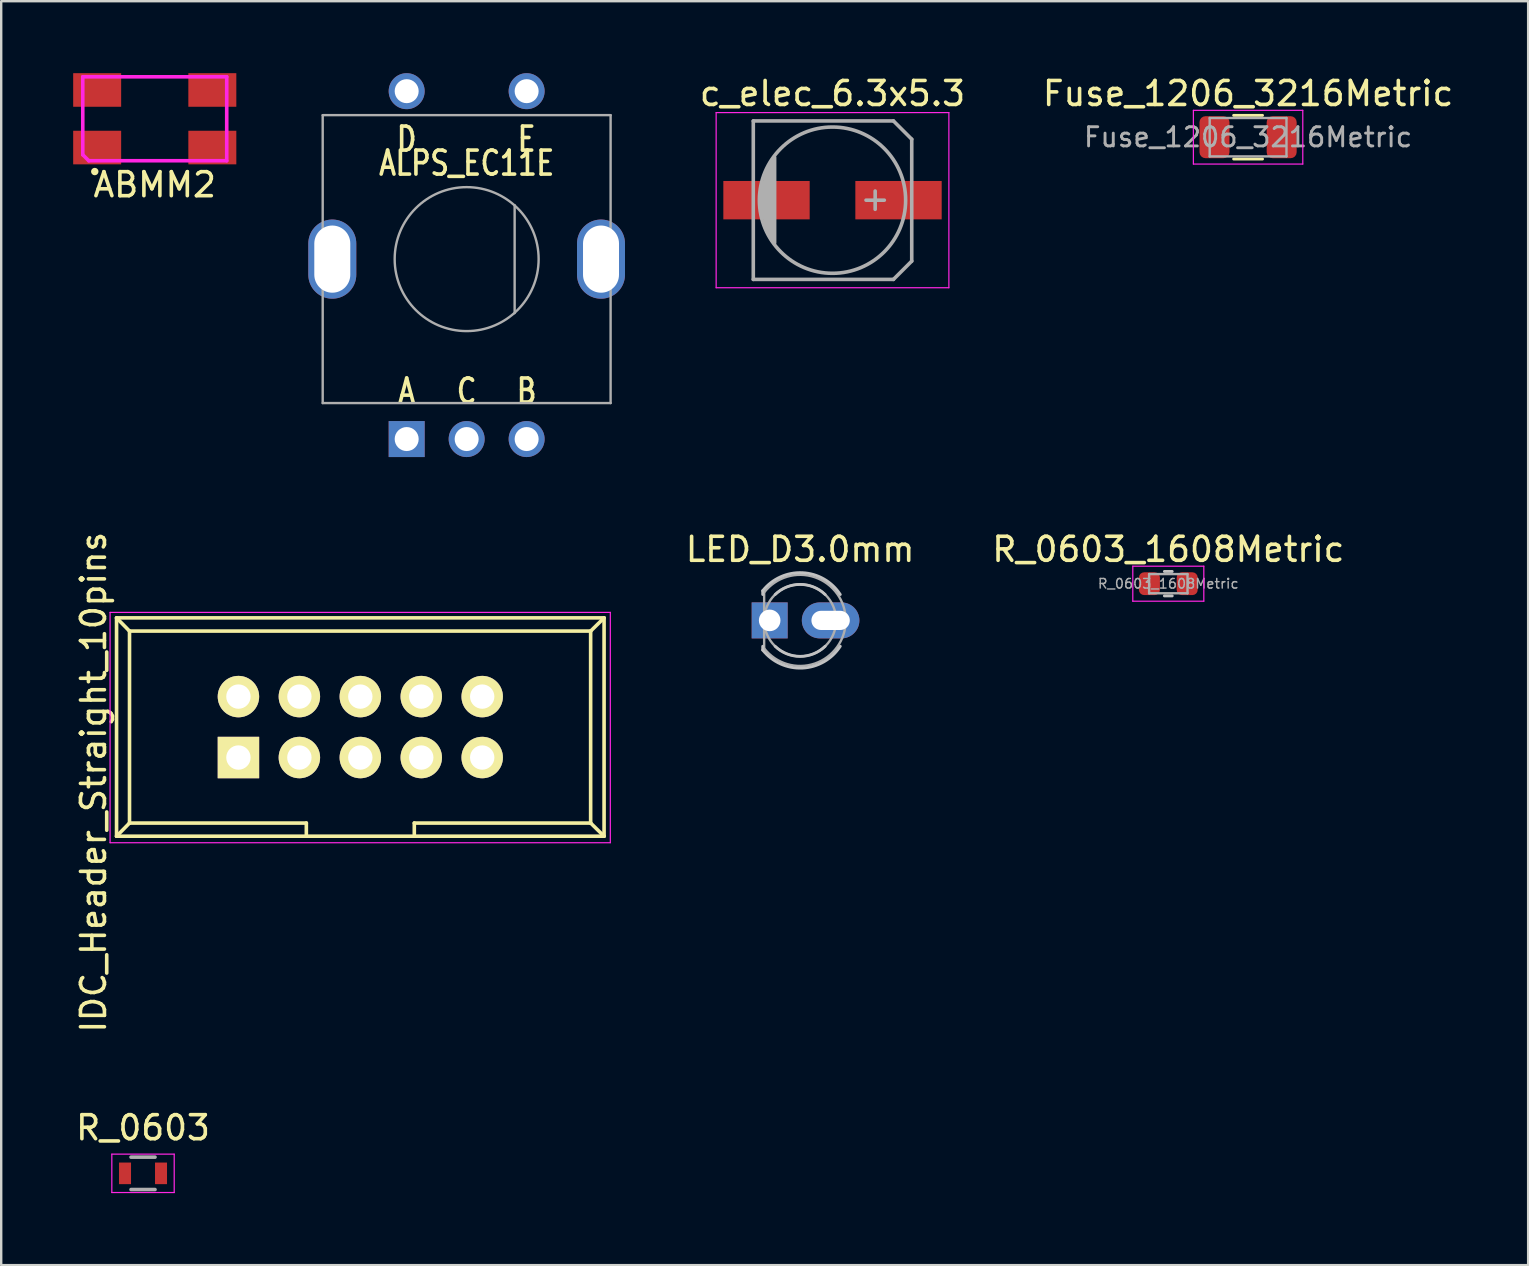
<source format=kicad_pcb>
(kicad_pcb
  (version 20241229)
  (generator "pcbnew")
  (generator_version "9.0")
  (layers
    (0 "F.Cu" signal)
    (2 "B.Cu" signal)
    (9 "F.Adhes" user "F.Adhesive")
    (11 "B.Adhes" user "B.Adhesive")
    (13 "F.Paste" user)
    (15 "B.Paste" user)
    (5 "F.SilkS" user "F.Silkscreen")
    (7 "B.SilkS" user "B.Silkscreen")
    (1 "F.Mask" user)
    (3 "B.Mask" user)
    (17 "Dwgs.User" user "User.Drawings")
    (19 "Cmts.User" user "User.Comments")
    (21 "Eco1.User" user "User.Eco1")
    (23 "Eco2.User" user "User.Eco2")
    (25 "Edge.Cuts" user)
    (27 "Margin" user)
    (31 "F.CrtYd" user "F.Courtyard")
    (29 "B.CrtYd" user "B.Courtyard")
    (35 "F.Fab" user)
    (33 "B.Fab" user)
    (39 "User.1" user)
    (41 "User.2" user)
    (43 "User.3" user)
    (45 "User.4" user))
  (footprint "ABMM2"
    (layer "F.Cu")
    (at 3.4 1.9)
    (property "Reference" "ABMM2" (at 0 2.75 0) (layer "F.SilkS") (effects (font (size 1 1) (thickness 0.15))))
    (attr through_hole)
    (fp_circle (center -2.5 2.2) (end -2.42 2.2) (stroke (width 0.15) (type solid)) (fill no) (layer "F.SilkS"))
    (fp_line (start -3 -1.75) (end -3 1.5) (stroke (width 0.15) (type solid)) (layer "F.CrtYd"))
    (fp_line (start -3 1.5) (end -2.75 1.75) (stroke (width 0.15) (type solid)) (layer "F.CrtYd"))
    (fp_line (start -2.75 1.75) (end 3 1.75) (stroke (width 0.15) (type solid)) (layer "F.CrtYd"))
    (fp_line (start 3 -1.75) (end -3 -1.75) (stroke (width 0.15) (type solid)) (layer "F.CrtYd"))
    (fp_line (start 3 1.75) (end 3 -1.75) (stroke (width 0.15) (type solid)) (layer "F.CrtYd"))
    (pad "1" smd rect (at -2.4 1.2) (size 2 1.4) (layers "F.Cu" "F.Mask" "F.Paste"))
    (pad "2" smd rect (at 2.4 1.2) (size 2 1.4) (layers "F.Cu" "F.Mask" "F.Paste"))
    (pad "3" smd rect (at 2.4 -1.2) (size 2 1.4) (layers "F.Cu" "F.Mask" "F.Paste"))
    (pad "4" smd rect (at -2.4 -1.2) (size 2 1.4) (layers "F.Cu" "F.Mask" "F.Paste")))
  (footprint "R_0603"
    (layer "F.Cu")
    (at 2.911 45.855)
    (property "Reference" "R_0603" (at 0 -1.9 0) (layer "F.SilkS") (effects (font (size 1 1) (thickness 0.15))))
    (attr smd)
    (fp_line (start -1.3 -0.8) (end -1.3 0.8) (stroke (width 0.05) (type solid)) (layer "F.CrtYd"))
    (fp_line (start -1.3 -0.8) (end 1.3 -0.8) (stroke (width 0.05) (type solid)) (layer "F.CrtYd"))
    (fp_line (start -1.3 0.8) (end 1.3 0.8) (stroke (width 0.05) (type solid)) (layer "F.CrtYd"))
    (fp_line (start 1.3 -0.8) (end 1.3 0.8) (stroke (width 0.05) (type solid)) (layer "F.CrtYd"))
    (fp_line (start -0.5 -0.675) (end 0.5 -0.675) (stroke (width 0.15) (type solid)) (layer "F.Fab"))
    (fp_line (start 0.5 0.675) (end -0.5 0.675) (stroke (width 0.15) (type solid)) (layer "F.Fab"))
    (pad "1" smd rect (at -0.75 0) (size 0.5 0.9) (layers "F.Cu" "F.Mask" "F.Paste"))
    (pad "2" smd rect (at 0.75 0) (size 0.5 0.9) (layers "F.Cu" "F.Mask" "F.Paste")))
  (footprint "IDC_Header_Straight_10pins"
    (layer "F.Cu")
    (at 6.888 28.524)
    (property "Reference" "IDC_Header_Straight_10pins" (at -6.04 1.03 270) (layer "F.SilkS") (effects (font (size 1 1) (thickness 0.15))))
    (attr through_hole)
    (fp_line (start -5.08 -5.82) (end -5.08 3.28) (stroke (width 0.15) (type solid)) (layer "F.SilkS"))
    (fp_line (start -5.08 -5.82) (end -4.54 -5.27) (stroke (width 0.15) (type solid)) (layer "F.SilkS"))
    (fp_line (start -5.08 -5.82) (end 15.24 -5.82) (stroke (width 0.15) (type solid)) (layer "F.SilkS"))
    (fp_line (start -5.08 3.28) (end -4.54 2.73) (stroke (width 0.15) (type solid)) (layer "F.SilkS"))
    (fp_line (start -5.08 3.28) (end 15.24 3.28) (stroke (width 0.15) (type solid)) (layer "F.SilkS"))
    (fp_line (start -4.54 -5.27) (end -4.54 2.73) (stroke (width 0.15) (type solid)) (layer "F.SilkS"))
    (fp_line (start -4.54 -5.27) (end 14.68 -5.27) (stroke (width 0.15) (type solid)) (layer "F.SilkS"))
    (fp_line (start -4.54 2.73) (end 2.83 2.73) (stroke (width 0.15) (type solid)) (layer "F.SilkS"))
    (fp_line (start 2.83 2.73) (end 2.83 3.28) (stroke (width 0.15) (type solid)) (layer "F.SilkS"))
    (fp_line (start 7.33 2.73) (end 7.33 3.28) (stroke (width 0.15) (type solid)) (layer "F.SilkS"))
    (fp_line (start 7.33 2.73) (end 14.68 2.73) (stroke (width 0.15) (type solid)) (layer "F.SilkS"))
    (fp_line (start 14.68 -5.27) (end 14.68 2.73) (stroke (width 0.15) (type solid)) (layer "F.SilkS"))
    (fp_line (start 15.24 -5.82) (end 14.68 -5.27) (stroke (width 0.15) (type solid)) (layer "F.SilkS"))
    (fp_line (start 15.24 -5.82) (end 15.24 3.28) (stroke (width 0.15) (type solid)) (layer "F.SilkS"))
    (fp_line (start 15.24 3.28) (end 14.68 2.73) (stroke (width 0.15) (type solid)) (layer "F.SilkS"))
    (fp_line (start -5.35 -6.05) (end 15.5 -6.05) (stroke (width 0.05) (type solid)) (layer "F.CrtYd"))
    (fp_line (start -5.35 3.55) (end -5.35 -6.05) (stroke (width 0.05) (type solid)) (layer "F.CrtYd"))
    (fp_line (start 15.5 -6.05) (end 15.5 3.55) (stroke (width 0.05) (type solid)) (layer "F.CrtYd"))
    (fp_line (start 15.5 3.55) (end -5.35 3.55) (stroke (width 0.05) (type solid)) (layer "F.CrtYd"))
    (pad "1" thru_hole rect (at 0 0) (size 1.727 1.727) (drill 1.016) (layers "*.Cu" "*.Mask" "F.SilkS"))
    (pad "2" thru_hole oval (at 0 -2.54) (size 1.727 1.727) (drill 1.016) (layers "*.Cu" "*.Mask" "F.SilkS"))
    (pad "3" thru_hole oval (at 2.54 0) (size 1.727 1.727) (drill 1.016) (layers "*.Cu" "*.Mask" "F.SilkS"))
    (pad "4" thru_hole oval (at 2.54 -2.54) (size 1.727 1.727) (drill 1.016) (layers "*.Cu" "*.Mask" "F.SilkS"))
    (pad "5" thru_hole oval (at 5.08 0) (size 1.727 1.727) (drill 1.016) (layers "*.Cu" "*.Mask" "F.SilkS"))
    (pad "6" thru_hole oval (at 5.08 -2.54) (size 1.727 1.727) (drill 1.016) (layers "*.Cu" "*.Mask" "F.SilkS"))
    (pad "7" thru_hole oval (at 7.62 0) (size 1.727 1.727) (drill 1.016) (layers "*.Cu" "*.Mask" "F.SilkS"))
    (pad "8" thru_hole oval (at 7.62 -2.54) (size 1.727 1.727) (drill 1.016) (layers "*.Cu" "*.Mask" "F.SilkS"))
    (pad "9" thru_hole oval (at 10.16 0) (size 1.727 1.727) (drill 1.016) (layers "*.Cu" "*.Mask" "F.SilkS"))
    (pad "10" thru_hole oval (at 10.16 -2.54) (size 1.727 1.727) (drill 1.016) (layers "*.Cu" "*.Mask" "F.SilkS")))
  (footprint "Fuse_1206_3216Metric"
    (layer "F.Cu")
    (at 48.97 2.668)
    (property "Reference" "Fuse_1206_3216Metric" (at 0 -1.82 0) (layer "F.SilkS") (effects (font (size 1 1) (thickness 0.15))))
    (attr smd)
    (fp_line (start -0.602 -0.91) (end 0.602 -0.91) (stroke (width 0.12) (type solid)) (layer "F.SilkS"))
    (fp_line (start -0.602 0.91) (end 0.602 0.91) (stroke (width 0.12) (type solid)) (layer "F.SilkS"))
    (fp_line (start -2.28 -1.12) (end 2.28 -1.12) (stroke (width 0.05) (type solid)) (layer "F.CrtYd"))
    (fp_line (start -2.28 1.12) (end -2.28 -1.12) (stroke (width 0.05) (type solid)) (layer "F.CrtYd"))
    (fp_line (start 2.28 -1.12) (end 2.28 1.12) (stroke (width 0.05) (type solid)) (layer "F.CrtYd"))
    (fp_line (start 2.28 1.12) (end -2.28 1.12) (stroke (width 0.05) (type solid)) (layer "F.CrtYd"))
    (fp_line (start -1.6 -0.8) (end 1.6 -0.8) (stroke (width 0.1) (type solid)) (layer "F.Fab"))
    (fp_line (start -1.6 0.8) (end -1.6 -0.8) (stroke (width 0.1) (type solid)) (layer "F.Fab"))
    (fp_line (start 1.6 -0.8) (end 1.6 0.8) (stroke (width 0.1) (type solid)) (layer "F.Fab"))
    (fp_line (start 1.6 0.8) (end -1.6 0.8) (stroke (width 0.1) (type solid)) (layer "F.Fab"))
    (fp_text user "${REFERENCE}" (at 0 0 0) (layer "F.Fab") (effects (font (size 0.8 0.8) (thickness 0.12))))
    (pad "1" smd roundrect (at -1.4 0) (size 1.25 1.75) (layers "F.Cu" "F.Mask" "F.Paste") (roundrect_rratio 0.2))
    (pad "2" smd roundrect (at 1.4 0) (size 1.25 1.75) (layers "F.Cu" "F.Mask" "F.Paste") (roundrect_rratio 0.2)))
  (footprint "LED_D3.0mm"
    (layer "F.Cu")
    (at 29.03 22.808)
    (property "Reference" "LED_D3.0mm" (at 1.27 -2.96 0) (layer "F.SilkS") (effects (font (size 1 1) (thickness 0.15))))
    (attr through_hole)
    (fp_line (start -0.29 -1.236) (end -0.29 -1.08) (stroke (width 0.12) (type solid)) (layer "Dwgs.User"))
    (fp_line (start -0.29 1.08) (end -0.29 1.236) (stroke (width 0.12) (type solid)) (layer "Dwgs.User"))
    (fp_arc (start -0.29 -1.235516) (mid 1.366487 -1.987659) (end 2.942335 -1.078608) (stroke (width 0.12) (type solid)) (layer "Dwgs.User"))
    (fp_arc (start 0.229039 -1.08) (mid 1.270117 -1.5) (end 2.31113 -1.079837) (stroke (width 0.12) (type solid)) (layer "Dwgs.User"))
    (fp_arc (start 2.31113 1.079837) (mid 1.270117 1.5) (end 0.229039 1.08) (stroke (width 0.12) (type solid)) (layer "Dwgs.User"))
    (fp_arc (start 2.942335 1.078608) (mid 1.366487 1.987659) (end -0.29 1.235516) (stroke (width 0.12) (type solid)) (layer "Dwgs.User"))
    (fp_line (start -0.23 -1.166) (end -0.23 1.166) (stroke (width 0.1) (type solid)) (layer "F.Fab"))
    (fp_arc (start -0.23 -1.16619) (mid 3.17 0.000452) (end -0.230555 1.165476) (stroke (width 0.1) (type solid)) (layer "F.Fab"))
    (fp_circle (center 1.27 0) (end 2.77 0) (stroke (width 0.1) (type solid)) (fill no) (layer "F.Fab"))
    (pad "1" thru_hole rect (at 0 0) (size 1.5 1.5) (drill 0.9) (layers "*.Cu" "*.Mask"))
    (pad "2" thru_hole oval (at 2.54 0) (size 2.4 1.5) (drill oval 1.6 0.8) (layers "*.Cu" "*.Mask")))
  (footprint "R_0603_1608Metric"
    (layer "F.Cu")
    (at 45.645 21.278)
    (property "Reference" "R_0603_1608Metric" (at 0 -1.43 0) (layer "F.SilkS") (effects (font (size 1 1) (thickness 0.15))))
    (attr smd)
    (fp_line (start -0.163 -0.51) (end 0.163 -0.51) (stroke (width 0.12) (type solid)) (layer "Dwgs.User"))
    (fp_line (start -0.163 0.51) (end 0.163 0.51) (stroke (width 0.12) (type solid)) (layer "Dwgs.User"))
    (fp_line (start -1.48 -0.73) (end 1.48 -0.73) (stroke (width 0.05) (type solid)) (layer "F.CrtYd"))
    (fp_line (start -1.48 0.73) (end -1.48 -0.73) (stroke (width 0.05) (type solid)) (layer "F.CrtYd"))
    (fp_line (start 1.48 -0.73) (end 1.48 0.73) (stroke (width 0.05) (type solid)) (layer "F.CrtYd"))
    (fp_line (start 1.48 0.73) (end -1.48 0.73) (stroke (width 0.05) (type solid)) (layer "F.CrtYd"))
    (fp_line (start -0.8 -0.4) (end 0.8 -0.4) (stroke (width 0.1) (type solid)) (layer "F.Fab"))
    (fp_line (start -0.8 0.4) (end -0.8 -0.4) (stroke (width 0.1) (type solid)) (layer "F.Fab"))
    (fp_line (start 0.8 -0.4) (end 0.8 0.4) (stroke (width 0.1) (type solid)) (layer "F.Fab"))
    (fp_line (start 0.8 0.4) (end -0.8 0.4) (stroke (width 0.1) (type solid)) (layer "F.Fab"))
    (fp_text user "${REFERENCE}" (at 0 0 0) (layer "F.Fab") (effects (font (size 0.4 0.4) (thickness 0.06))))
    (pad "1" smd roundrect (at -0.787 0) (size 0.875 0.95) (layers "F.Cu" "F.Mask" "F.Paste") (roundrect_rratio 0.25))
    (pad "2" smd roundrect (at 0.787 0) (size 0.875 0.95) (layers "F.Cu" "F.Mask" "F.Paste") (roundrect_rratio 0.25)))
  (footprint "ALPS_EC11E"
    (layer "F.Cu")
    (at 16.4 7.75)
    (property "Reference" "ALPS_EC11E" (at 0 -4 0) (layer "F.SilkS") (effects (font (size 1 0.8) (thickness 0.15))))
    (attr through_hole)
    (fp_line (start -6 -6) (end -6 6) (stroke (width 0.1) (type solid)) (layer "F.Fab"))
    (fp_line (start -6 6) (end 6 6) (stroke (width 0.1) (type solid)) (layer "F.Fab"))
    (fp_line (start 2 2.25) (end 2 -2.25) (stroke (width 0.1) (type solid)) (layer "F.Fab"))
    (fp_line (start 6 -6) (end -6 -6) (stroke (width 0.1) (type solid)) (layer "F.Fab"))
    (fp_line (start 6 6) (end 6 -6) (stroke (width 0.1) (type solid)) (layer "F.Fab"))
    (fp_circle (center 0 0) (end 3 0) (stroke (width 0.1) (type solid)) (fill no) (layer "F.Fab"))
    (fp_text user "D" (at -2.5 -5 0) (layer "F.SilkS") (effects (font (size 1 0.8) (thickness 0.15))))
    (fp_text user "C" (at 0 5.5 0) (layer "F.SilkS") (effects (font (size 1 0.8) (thickness 0.15))))
    (fp_text user "E" (at 2.5 -5 0) (layer "F.SilkS") (effects (font (size 1 0.8) (thickness 0.15))))
    (fp_text user "A" (at -2.5 5.5 0) (layer "F.SilkS") (effects (font (size 1 0.8) (thickness 0.15))))
    (fp_text user "B" (at 2.5 5.5 0) (layer "F.SilkS") (effects (font (size 1 0.8) (thickness 0.15))))
    (pad "1" thru_hole rect (at -2.5 7.5) (size 1.5 1.5) (drill 1) (layers "*.Cu" "*.Mask"))
    (pad "2" thru_hole circle (at 0 7.5) (size 1.5 1.5) (drill 1) (layers "*.Cu" "*.Mask"))
    (pad "3" thru_hole circle (at 2.5 7.5) (size 1.5 1.5) (drill 1) (layers "*.Cu" "*.Mask"))
    (pad "4" thru_hole circle (at 2.5 -7) (size 1.5 1.5) (drill 1) (layers "*.Cu" "*.Mask"))
    (pad "5" thru_hole circle (at -2.5 -7) (size 1.5 1.5) (drill 1) (layers "*.Cu" "*.Mask"))
    (pad "6" thru_hole oval (at -5.6 0) (size 2 3.3) (drill oval 1.5 2.8) (layers "*.Cu" "*.Mask"))
    (pad "6" thru_hole oval (at 5.6 0) (size 2 3.3) (drill oval 1.5 2.8) (layers "*.Cu" "*.Mask")))
  (footprint "c_elec_6.3x5.3"
    (layer "F.Cu")
    (at 31.649 5.293)
    (property "Reference" "c_elec_6.3x5.3" (at 0 -4.445 0) (layer "F.SilkS") (effects (font (size 1 1) (thickness 0.15))))
    (attr smd)
    (fp_line (start -4.85 -3.65) (end 4.85 -3.65) (stroke (width 0.05) (type solid)) (layer "F.CrtYd"))
    (fp_line (start -4.85 3.65) (end -4.85 -3.65) (stroke (width 0.05) (type solid)) (layer "F.CrtYd"))
    (fp_line (start 4.85 -3.65) (end 4.85 3.65) (stroke (width 0.05) (type solid)) (layer "F.CrtYd"))
    (fp_line (start 4.85 3.65) (end -4.85 3.65) (stroke (width 0.05) (type solid)) (layer "F.CrtYd"))
    (fp_line (start -3.302 -3.302) (end -3.302 3.302) (stroke (width 0.15) (type solid)) (layer "F.Fab"))
    (fp_line (start -3.302 3.302) (end 2.54 3.302) (stroke (width 0.15) (type solid)) (layer "F.Fab"))
    (fp_line (start -2.921 -0.762) (end -2.921 0.762) (stroke (width 0.15) (type solid)) (layer "F.Fab"))
    (fp_line (start -2.794 1.143) (end -2.794 -1.143) (stroke (width 0.15) (type solid)) (layer "F.Fab"))
    (fp_line (start -2.667 -1.397) (end -2.667 1.397) (stroke (width 0.15) (type solid)) (layer "F.Fab"))
    (fp_line (start -2.54 1.651) (end -2.54 -1.651) (stroke (width 0.15) (type solid)) (layer "F.Fab"))
    (fp_line (start -2.413 -1.778) (end -2.413 1.778) (stroke (width 0.15) (type solid)) (layer "F.Fab"))
    (fp_line (start 1.778 -0.381) (end 1.778 0.381) (stroke (width 0.15) (type solid)) (layer "F.Fab"))
    (fp_line (start 2.159 0) (end 1.397 0) (stroke (width 0.15) (type solid)) (layer "F.Fab"))
    (fp_line (start 2.54 -3.302) (end -3.302 -3.302) (stroke (width 0.15) (type solid)) (layer "F.Fab"))
    (fp_line (start 2.54 3.302) (end 3.302 2.54) (stroke (width 0.15) (type solid)) (layer "F.Fab"))
    (fp_line (start 3.302 -2.54) (end 2.54 -3.302) (stroke (width 0.15) (type solid)) (layer "F.Fab"))
    (fp_line (start 3.302 2.54) (end 3.302 -2.54) (stroke (width 0.15) (type solid)) (layer "F.Fab"))
    (fp_circle (center 0 0) (end -3.048 0) (stroke (width 0.15) (type solid)) (fill no) (layer "F.Fab"))
    (pad "1" smd rect (at 2.751 0) (size 3.599 1.6) (layers "F.Cu" "F.Mask" "F.Paste"))
    (pad "2" smd rect (at -2.751 0) (size 3.599 1.6) (layers "F.Cu" "F.Mask" "F.Paste")))
  (gr_rect
    (start -3 -3)
    (end 60.643 49.68)
    (stroke (width 0.1) (type default))
    (fill no)
    (layer "Edge.Cuts")))
</source>
